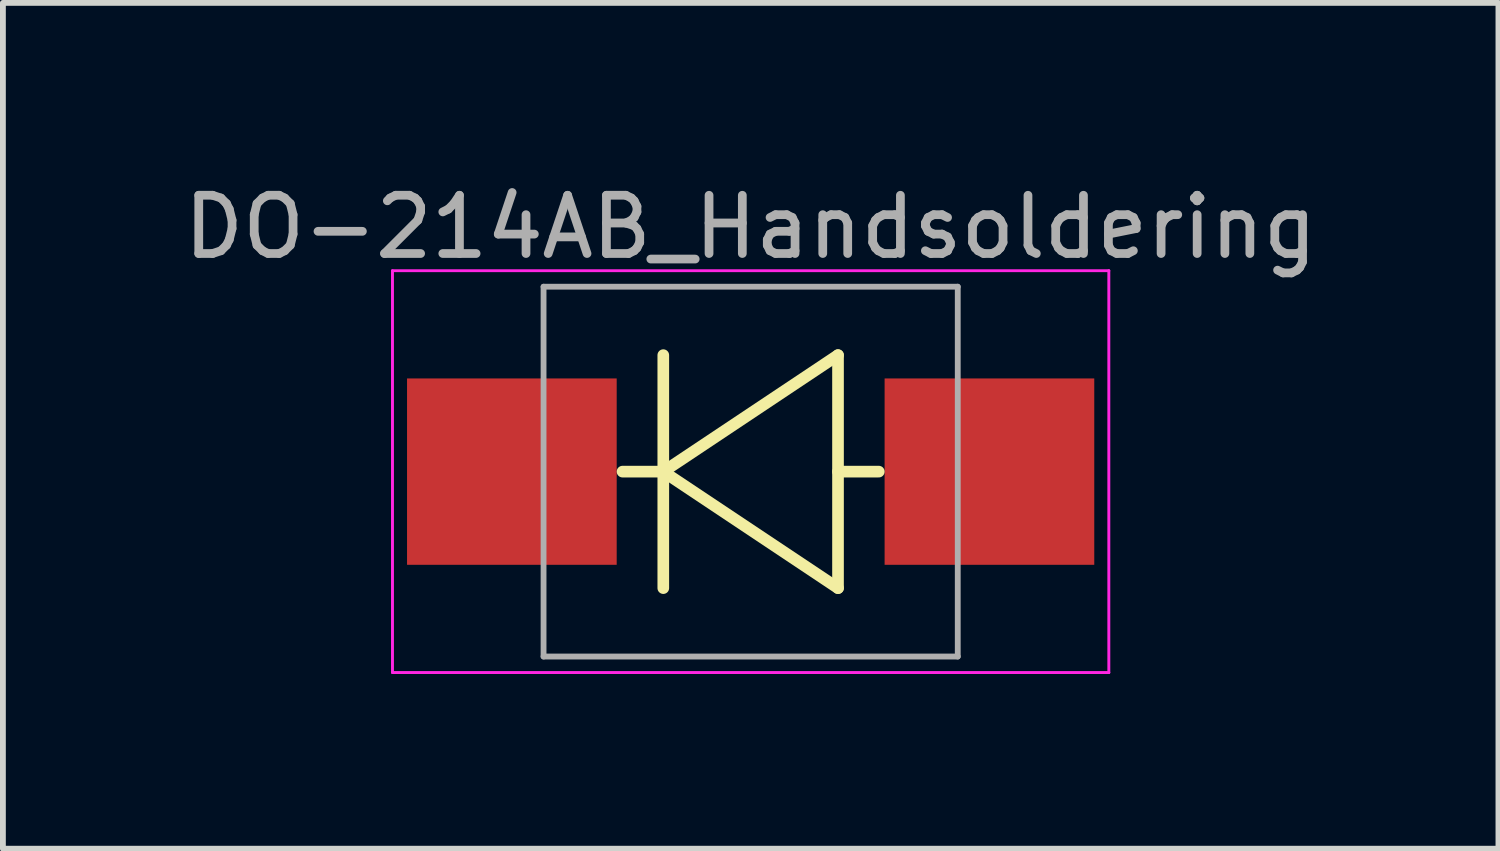
<source format=kicad_pcb>
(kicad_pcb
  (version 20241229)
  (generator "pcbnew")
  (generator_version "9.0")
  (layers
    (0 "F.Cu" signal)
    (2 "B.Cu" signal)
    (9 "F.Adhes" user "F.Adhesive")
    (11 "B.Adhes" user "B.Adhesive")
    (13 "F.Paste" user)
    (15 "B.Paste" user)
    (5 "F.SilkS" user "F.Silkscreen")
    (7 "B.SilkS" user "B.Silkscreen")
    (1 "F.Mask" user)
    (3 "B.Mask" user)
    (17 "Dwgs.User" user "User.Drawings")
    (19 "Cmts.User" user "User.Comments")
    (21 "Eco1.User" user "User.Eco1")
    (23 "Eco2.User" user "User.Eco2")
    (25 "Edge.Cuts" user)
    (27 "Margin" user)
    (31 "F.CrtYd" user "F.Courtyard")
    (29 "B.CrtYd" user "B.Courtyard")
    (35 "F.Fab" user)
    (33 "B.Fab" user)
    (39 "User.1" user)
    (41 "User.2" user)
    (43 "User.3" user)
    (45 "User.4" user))
  (footprint "DO-214AB_Handsoldering"
    (layer "F.Cu")
    (at 9.839 5.048)
    (property "Reference" "DO-214AB_Handsoldering" (at 0 -4.2 0) (layer "F.Fab") (effects (font (size 1 1) (thickness 0.15))))
    (attr smd)
    (fp_line (start -1.5 -2) (end -1.5 2) (stroke (width 0.2) (type solid)) (layer "F.SilkS"))
    (fp_line (start -1.5 0) (end -2.2 0) (stroke (width 0.2) (type solid)) (layer "F.SilkS"))
    (fp_line (start -1.5 0) (end 1.5 2) (stroke (width 0.2) (type solid)) (layer "F.SilkS"))
    (fp_line (start 1.5 -2) (end -1.5 0) (stroke (width 0.2) (type solid)) (layer "F.SilkS"))
    (fp_line (start 1.5 0) (end 2.2 0) (stroke (width 0.2) (type solid)) (layer "F.SilkS"))
    (fp_line (start 1.5 2) (end 1.5 -2) (stroke (width 0.2) (type solid)) (layer "F.SilkS"))
    (fp_line (start -6.15 -3.45) (end 6.15 -3.45) (stroke (width 0.05) (type solid)) (layer "F.CrtYd"))
    (fp_line (start -6.15 3.45) (end -6.15 -3.45) (stroke (width 0.05) (type solid)) (layer "F.CrtYd"))
    (fp_line (start 6.15 -3.45) (end 6.15 3.45) (stroke (width 0.05) (type solid)) (layer "F.CrtYd"))
    (fp_line (start 6.15 3.45) (end -6.15 3.45) (stroke (width 0.05) (type solid)) (layer "F.CrtYd"))
    (fp_line (start -3.556 -3.175) (end -3.556 3.175) (stroke (width 0.1) (type solid)) (layer "F.Fab"))
    (fp_line (start -3.556 -3.175) (end 3.556 -3.175) (stroke (width 0.1) (type solid)) (layer "F.Fab"))
    (fp_line (start 3.556 -3.175) (end 3.556 3.175) (stroke (width 0.1) (type solid)) (layer "F.Fab"))
    (fp_line (start 3.556 3.175) (end -3.556 3.175) (stroke (width 0.1) (type solid)) (layer "F.Fab"))
    (pad "1" smd rect (at -4.1 0) (size 3.6 3.2) (layers "F.Cu" "F.Mask" "F.Paste"))
    (pad "2" smd rect (at 4.1 0) (size 3.6 3.2) (layers "F.Cu" "F.Mask" "F.Paste")))
  (gr_rect
    (start -3 -3)
    (end 22.679 11.523)
    (stroke (width 0.1) (type default))
    (fill no)
    (layer "Edge.Cuts")))
</source>
